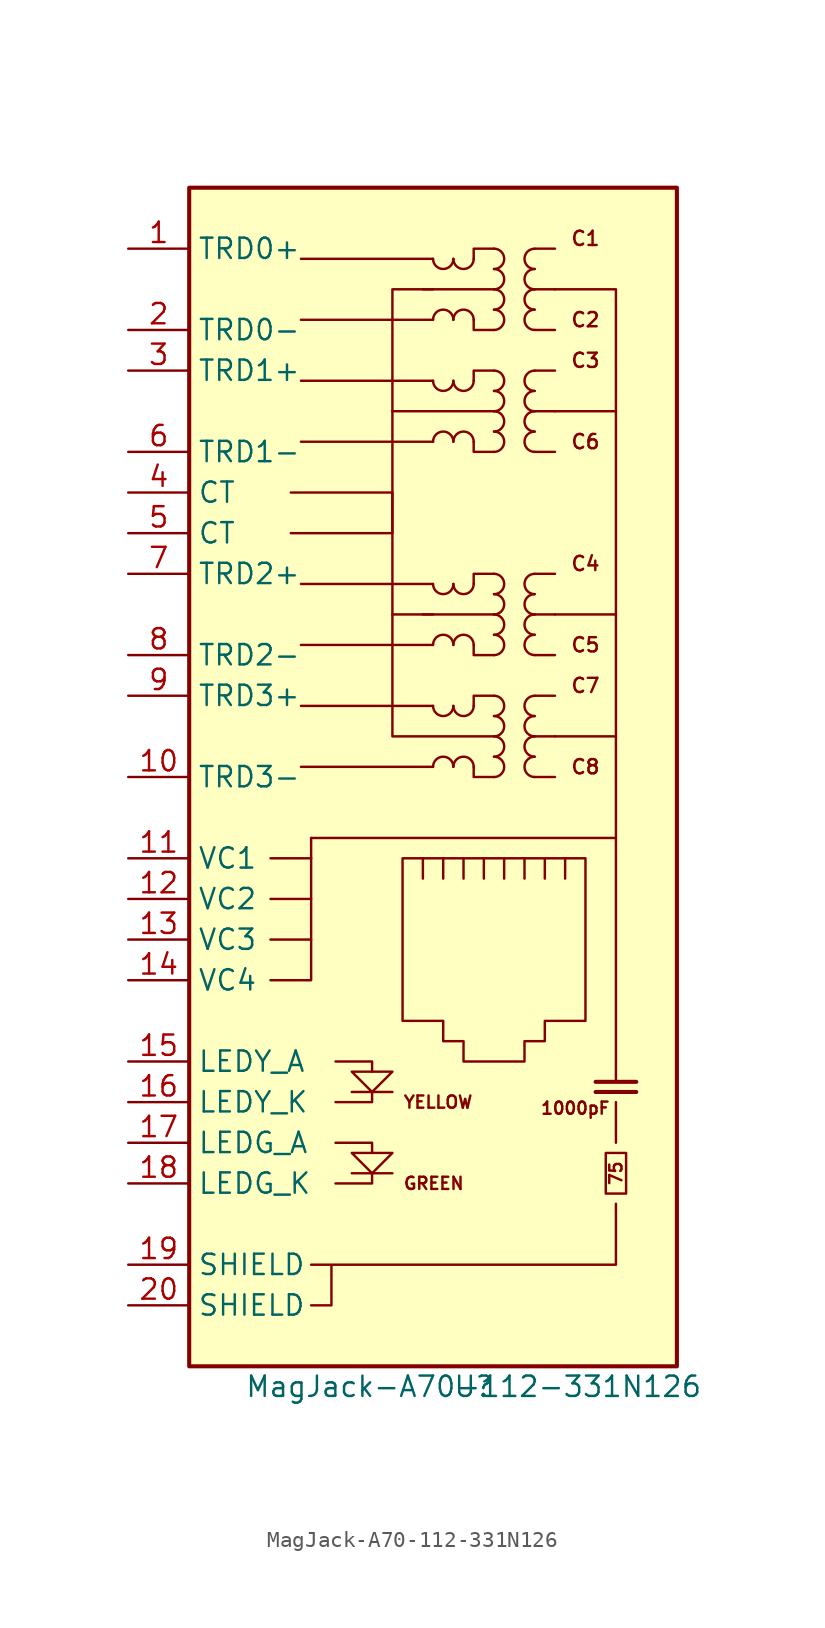
<source format=kicad_sym>
(kicad_symbol_lib
  (version 20241209)
  (generator "kicad_symbol_editor")
  (generator_version "9.0")
  (symbol "MagJack-A70-112-331N126"
    (property "Reference" "U"
      (at 0 0 0)
      (effects (font (size 1.27 1.27))))
    (property "Value" "MagJack-A70-112-331N126"
      (at 0 0 0)
      (effects (font (size 1.27 1.27))))
    (symbol "MagJack-A70-112-331N126_0_1"
      (polyline (pts (xy 1.27 60.96) (xy -5.08 60.96) (xy -5.08 68.58) (xy -2.54 68.58) (xy -5.08 68.58)) (stroke (width 0) (type default)) (fill (type none)))
      (polyline (pts (xy 1.27 40.64) (xy -5.08 40.64) (xy -5.08 48.26) (xy -2.54 48.26) (xy -5.08 48.26)) (stroke (width 0) (type default)) (fill (type none))))
    (symbol "MagJack-A70-112-331N126_1_1"
      (rectangle (start -17.78 1.27) (end 12.7 74.93) (stroke (width 0.254) (type default)) (fill (type background)))
      (polyline (pts (xy -12.7 33.02) (xy -10.16 33.02)) (stroke (width 0) (type default)) (fill (type none)))
      (polyline (pts (xy -12.7 30.48) (xy -10.16 30.48)) (stroke (width 0) (type default)) (fill (type none)))
      (polyline (pts (xy -12.7 27.94) (xy -10.16 27.94)) (stroke (width 0) (type default)) (fill (type none)))
      (polyline (pts (xy -11.43 53.34) (xy -5.08 53.34) (xy -5.08 55.88) (xy -11.43 55.88)) (stroke (width 0) (type default)) (fill (type none)))
      (polyline (pts (xy -10.16 34.29) (xy 8.89 34.29) (xy 8.89 68.58) (xy 5.08 68.58)) (stroke (width 0) (type default)) (fill (type none)))
      (polyline (pts (xy -10.16 33.02) (xy -10.16 34.29)) (stroke (width 0) (type default)) (fill (type none)))
      (polyline (pts (xy -10.16 33.02) (xy -10.16 25.4) (xy -12.7 25.4)) (stroke (width 0) (type default)) (fill (type none)))
      (polyline (pts (xy -10.16 5.08) (xy -8.89 5.08) (xy -8.89 7.62) (xy -10.16 7.62) (xy -8.89 7.62) (xy 8.89 7.62) (xy 8.89 11.43)) (stroke (width 0) (type default)) (fill (type none)))
      (polyline (pts (xy -8.636 20.32) (xy -6.35 20.32) (xy -6.35 19.685)) (stroke (width 0) (type default)) (fill (type none)))
      (polyline (pts (xy -8.636 15.24) (xy -6.35 15.24) (xy -6.35 14.605)) (stroke (width 0) (type default)) (fill (type none)))
      (polyline (pts (xy -8.636 12.7) (xy -6.35 12.7) (xy -6.35 13.335)) (stroke (width 0) (type default)) (fill (type none)))
      (polyline (pts (xy -7.62 19.685) (xy -5.08 19.685) (xy -6.35 18.415) (xy -7.62 19.685)) (stroke (width 0) (type default)) (fill (type none)))
      (polyline (pts (xy -6.35 18.415) (xy -6.35 17.78) (xy -8.636 17.78)) (stroke (width 0) (type default)) (fill (type none)))
      (polyline (pts (xy -5.08 48.26) (xy -5.08 60.96)) (stroke (width 0) (type default)) (fill (type none)))
      (polyline (pts (xy -5.08 18.415) (xy -7.62 18.415)) (stroke (width 0) (type default)) (fill (type none)))
      (polyline (pts (xy -5.08 14.605) (xy -7.62 14.605) (xy -6.35 13.335) (xy -5.08 14.605)) (stroke (width 0) (type default)) (fill (type none)))
      (polyline (pts (xy -5.08 13.335) (xy -7.62 13.335)) (stroke (width 0) (type default)) (fill (type none)))
      (polyline (pts (xy -4.445 33.02) (xy 6.985 33.02) (xy 6.985 22.86) (xy 4.445 22.86) (xy 4.445 21.59) (xy 3.175 21.59) (xy 3.175 20.32) (xy -0.635 20.32) (xy -0.635 21.59) (xy -1.905 21.59) (xy -1.905 22.86) (xy -4.445 22.86) (xy -4.445 33.02)) (stroke (width 0) (type default)) (fill (type none)))
      (polyline (pts (xy -3.175 68.58) (xy 1.27 68.58)) (stroke (width 0) (type default)) (fill (type none)))
      (polyline (pts (xy -3.175 48.26) (xy 1.27 48.26)) (stroke (width 0) (type default)) (fill (type none)))
      (polyline (pts (xy -3.175 31.75) (xy -3.175 33.02)) (stroke (width 0) (type default)) (fill (type none)))
      (polyline (pts (xy -2.54 70.485) (xy -10.795 70.485)) (stroke (width 0) (type default)) (fill (type none)))
      (polyline (pts (xy -2.54 66.675) (xy -10.795 66.675)) (stroke (width 0) (type default)) (fill (type none)))
      (polyline (pts (xy -2.54 62.865) (xy -10.795 62.865)) (stroke (width 0) (type default)) (fill (type none)))
      (polyline (pts (xy -2.54 59.055) (xy -10.795 59.055)) (stroke (width 0) (type default)) (fill (type none)))
      (polyline (pts (xy -2.54 50.165) (xy -10.795 50.165)) (stroke (width 0) (type default)) (fill (type none)))
      (polyline (pts (xy -2.54 46.355) (xy -10.795 46.355)) (stroke (width 0) (type default)) (fill (type none)))
      (polyline (pts (xy -2.54 42.545) (xy -10.795 42.545)) (stroke (width 0) (type default)) (fill (type none)))
      (polyline (pts (xy -2.54 38.735) (xy -10.795 38.735)) (stroke (width 0) (type default)) (fill (type none)))
      (arc (start -1.27 70.485) (mid -1.905 69.85) (end -2.54 70.485) (stroke (width 0) (type default)) (fill (type none)))
      (arc (start -2.54 66.675) (mid -1.905 67.31) (end -1.27 66.675) (stroke (width 0) (type default)) (fill (type none)))
      (arc (start -1.27 62.865) (mid -1.905 62.23) (end -2.54 62.865) (stroke (width 0) (type default)) (fill (type none)))
      (arc (start -2.54 59.055) (mid -1.905 59.69) (end -1.27 59.055) (stroke (width 0) (type default)) (fill (type none)))
      (arc (start -1.27 50.165) (mid -1.905 49.53) (end -2.54 50.165) (stroke (width 0) (type default)) (fill (type none)))
      (arc (start -2.54 46.355) (mid -1.905 46.99) (end -1.27 46.355) (stroke (width 0) (type default)) (fill (type none)))
      (arc (start -1.27 42.545) (mid -1.905 41.91) (end -2.54 42.545) (stroke (width 0) (type default)) (fill (type none)))
      (arc (start -2.54 38.735) (mid -1.905 39.37) (end -1.27 38.735) (stroke (width 0) (type default)) (fill (type none)))
      (polyline (pts (xy -1.905 33.02) (xy -1.905 31.75)) (stroke (width 0) (type default)) (fill (type none)))
      (arc (start 0 70.485) (mid -0.635 69.85) (end -1.27 70.485) (stroke (width 0) (type default)) (fill (type none)))
      (arc (start -1.27 66.675) (mid -0.635 67.31) (end 0 66.675) (stroke (width 0) (type default)) (fill (type none)))
      (arc (start 0 62.865) (mid -0.635 62.23) (end -1.27 62.865) (stroke (width 0) (type default)) (fill (type none)))
      (arc (start -1.27 59.055) (mid -0.635 59.69) (end 0 59.055) (stroke (width 0) (type default)) (fill (type none)))
      (arc (start 0 50.165) (mid -0.635 49.53) (end -1.27 50.165) (stroke (width 0) (type default)) (fill (type none)))
      (arc (start -1.27 46.355) (mid -0.635 46.99) (end 0 46.355) (stroke (width 0) (type default)) (fill (type none)))
      (arc (start 0 42.545) (mid -0.635 41.91) (end -1.27 42.545) (stroke (width 0) (type default)) (fill (type none)))
      (arc (start -1.27 38.735) (mid -0.635 39.37) (end 0 38.735) (stroke (width 0) (type default)) (fill (type none)))
      (polyline (pts (xy -0.635 33.02) (xy -0.635 31.75)) (stroke (width 0) (type default)) (fill (type none)))
      (polyline (pts (xy 0 66.675) (xy 0 66.04) (xy 1.27 66.04)) (stroke (width 0) (type default)) (fill (type none)))
      (polyline (pts (xy 0 59.055) (xy 0 58.42) (xy 1.27 58.42)) (stroke (width 0) (type default)) (fill (type none)))
      (polyline (pts (xy 0 46.355) (xy 0 45.72) (xy 1.27 45.72)) (stroke (width 0) (type default)) (fill (type none)))
      (polyline (pts (xy 0 38.735) (xy 0 38.1) (xy 1.27 38.1)) (stroke (width 0) (type default)) (fill (type none)))
      (polyline (pts (xy 0.635 33.02) (xy 0.635 31.75)) (stroke (width 0) (type default)) (fill (type none)))
      (polyline (pts (xy 1.27 71.12) (xy 0 71.12) (xy 0 70.485)) (stroke (width 0) (type default)) (fill (type none)))
      (arc (start 1.27 71.12) (mid 1.905 70.485) (end 1.27 69.85) (stroke (width 0) (type default)) (fill (type none)))
      (arc (start 1.27 69.85) (mid 1.905 69.215) (end 1.27 68.58) (stroke (width 0) (type default)) (fill (type none)))
      (arc (start 1.27 68.58) (mid 1.905 67.945) (end 1.27 67.31) (stroke (width 0) (type default)) (fill (type none)))
      (arc (start 1.27 67.31) (mid 1.905 66.675) (end 1.27 66.04) (stroke (width 0) (type default)) (fill (type none)))
      (polyline (pts (xy 1.27 63.5) (xy 0 63.5) (xy 0 62.865)) (stroke (width 0) (type default)) (fill (type none)))
      (arc (start 1.27 63.5) (mid 1.905 62.865) (end 1.27 62.23) (stroke (width 0) (type default)) (fill (type none)))
      (arc (start 1.27 62.23) (mid 1.905 61.595) (end 1.27 60.96) (stroke (width 0) (type default)) (fill (type none)))
      (arc (start 1.27 60.96) (mid 1.905 60.325) (end 1.27 59.69) (stroke (width 0) (type default)) (fill (type none)))
      (arc (start 1.27 59.69) (mid 1.905 59.055) (end 1.27 58.42) (stroke (width 0) (type default)) (fill (type none)))
      (polyline (pts (xy 1.27 50.8) (xy 0 50.8) (xy 0 50.165)) (stroke (width 0) (type default)) (fill (type none)))
      (arc (start 1.27 50.8) (mid 1.905 50.165) (end 1.27 49.53) (stroke (width 0) (type default)) (fill (type none)))
      (arc (start 1.27 49.53) (mid 1.905 48.895) (end 1.27 48.26) (stroke (width 0) (type default)) (fill (type none)))
      (arc (start 1.27 48.26) (mid 1.905 47.625) (end 1.27 46.99) (stroke (width 0) (type default)) (fill (type none)))
      (arc (start 1.27 46.99) (mid 1.905 46.355) (end 1.27 45.72) (stroke (width 0) (type default)) (fill (type none)))
      (polyline (pts (xy 1.27 43.18) (xy 0 43.18) (xy 0 42.545)) (stroke (width 0) (type default)) (fill (type none)))
      (arc (start 1.27 43.18) (mid 1.905 42.545) (end 1.27 41.91) (stroke (width 0) (type default)) (fill (type none)))
      (arc (start 1.27 41.91) (mid 1.905 41.275) (end 1.27 40.64) (stroke (width 0) (type default)) (fill (type none)))
      (arc (start 1.27 40.64) (mid 1.905 40.005) (end 1.27 39.37) (stroke (width 0) (type default)) (fill (type none)))
      (arc (start 1.27 39.37) (mid 1.905 38.735) (end 1.27 38.1) (stroke (width 0) (type default)) (fill (type none)))
      (polyline (pts (xy 1.905 33.02) (xy 1.905 31.75)) (stroke (width 0) (type default)) (fill (type none)))
      (polyline (pts (xy 3.175 33.02) (xy 3.175 31.75)) (stroke (width 0) (type default)) (fill (type none)))
      (polyline (pts (xy 3.81 71.12) (xy 5.08 71.12)) (stroke (width 0) (type default)) (fill (type none)))
      (arc (start 3.81 69.85) (mid 3.175 70.485) (end 3.81 71.12) (stroke (width 0) (type default)) (fill (type none)))
      (arc (start 3.81 68.58) (mid 3.175 69.215) (end 3.81 69.85) (stroke (width 0) (type default)) (fill (type none)))
      (polyline (pts (xy 3.81 68.58) (xy 5.08 68.58)) (stroke (width 0) (type default)) (fill (type none)))
      (arc (start 3.81 67.31) (mid 3.175 67.945) (end 3.81 68.58) (stroke (width 0) (type default)) (fill (type none)))
      (arc (start 3.81 66.04) (mid 3.175 66.675) (end 3.81 67.31) (stroke (width 0) (type default)) (fill (type none)))
      (polyline (pts (xy 3.81 66.04) (xy 5.08 66.04)) (stroke (width 0) (type default)) (fill (type none)))
      (polyline (pts (xy 3.81 63.5) (xy 5.08 63.5)) (stroke (width 0) (type default)) (fill (type none)))
      (arc (start 3.81 62.23) (mid 3.175 62.865) (end 3.81 63.5) (stroke (width 0) (type default)) (fill (type none)))
      (arc (start 3.81 60.96) (mid 3.175 61.595) (end 3.81 62.23) (stroke (width 0) (type default)) (fill (type none)))
      (polyline (pts (xy 3.81 60.96) (xy 5.08 60.96)) (stroke (width 0) (type default)) (fill (type none)))
      (arc (start 3.81 59.69) (mid 3.175 60.325) (end 3.81 60.96) (stroke (width 0) (type default)) (fill (type none)))
      (arc (start 3.81 58.42) (mid 3.175 59.055) (end 3.81 59.69) (stroke (width 0) (type default)) (fill (type none)))
      (polyline (pts (xy 3.81 58.42) (xy 5.08 58.42)) (stroke (width 0) (type default)) (fill (type none)))
      (polyline (pts (xy 3.81 50.8) (xy 5.08 50.8)) (stroke (width 0) (type default)) (fill (type none)))
      (arc (start 3.81 49.53) (mid 3.175 50.165) (end 3.81 50.8) (stroke (width 0) (type default)) (fill (type none)))
      (arc (start 3.81 48.26) (mid 3.175 48.895) (end 3.81 49.53) (stroke (width 0) (type default)) (fill (type none)))
      (polyline (pts (xy 3.81 48.26) (xy 5.08 48.26)) (stroke (width 0) (type default)) (fill (type none)))
      (arc (start 3.81 46.99) (mid 3.175 47.625) (end 3.81 48.26) (stroke (width 0) (type default)) (fill (type none)))
      (arc (start 3.81 45.72) (mid 3.175 46.355) (end 3.81 46.99) (stroke (width 0) (type default)) (fill (type none)))
      (polyline (pts (xy 3.81 45.72) (xy 5.08 45.72)) (stroke (width 0) (type default)) (fill (type none)))
      (polyline (pts (xy 3.81 43.18) (xy 5.08 43.18)) (stroke (width 0) (type default)) (fill (type none)))
      (arc (start 3.81 41.91) (mid 3.175 42.545) (end 3.81 43.18) (stroke (width 0) (type default)) (fill (type none)))
      (arc (start 3.81 40.64) (mid 3.175 41.275) (end 3.81 41.91) (stroke (width 0) (type default)) (fill (type none)))
      (polyline (pts (xy 3.81 40.64) (xy 5.08 40.64)) (stroke (width 0) (type default)) (fill (type none)))
      (arc (start 3.81 39.37) (mid 3.175 40.005) (end 3.81 40.64) (stroke (width 0) (type default)) (fill (type none)))
      (arc (start 3.81 38.1) (mid 3.175 38.735) (end 3.81 39.37) (stroke (width 0) (type default)) (fill (type none)))
      (polyline (pts (xy 3.81 38.1) (xy 5.08 38.1)) (stroke (width 0) (type default)) (fill (type none)))
      (polyline (pts (xy 4.445 31.75) (xy 4.445 33.02)) (stroke (width 0) (type default)) (fill (type none)))
      (polyline (pts (xy 5.08 60.96) (xy 8.89 60.96)) (stroke (width 0) (type default)) (fill (type none)))
      (polyline (pts (xy 5.08 48.26) (xy 8.89 48.26)) (stroke (width 0) (type default)) (fill (type none)))
      (polyline (pts (xy 5.08 40.64) (xy 8.89 40.64)) (stroke (width 0) (type default)) (fill (type none)))
      (polyline (pts (xy 5.715 31.75) (xy 5.715 33.02)) (stroke (width 0) (type default)) (fill (type none)))
      (polyline (pts (xy 7.62 19.05) (xy 10.16 19.05)) (stroke (width 0.254) (type default)) (fill (type none)))
      (polyline (pts (xy 7.62 18.415) (xy 10.16 18.415)) (stroke (width 0.254) (type default)) (fill (type none)))
      (polyline (pts (xy 8.89 19.05) (xy 8.89 34.29)) (stroke (width 0) (type default)) (fill (type none)))
      (polyline (pts (xy 8.89 15.24) (xy 8.89 17.78)) (stroke (width 0) (type default)) (fill (type none)))
      (rectangle (start 9.525 12.065) (end 8.255 14.605) (stroke (width 0) (type default)) (fill (type none)))
      (text "YELLOW" (at -4.445 17.78 0) (effects (font (size 0.762 0.762)) (justify left)))
      (text "GREEN" (at -4.445 12.7 0) (effects (font (size 0.762 0.762)) (justify left)))
      (text "1000pF" (at 6.35 17.399 0) (effects (font (size 0.762 0.762))))
      (text "C1" (at 6.985 71.755 0) (effects (font (size 0.889 0.889))))
      (text "C2" (at 6.985 66.675 0) (effects (font (size 0.889 0.889))))
      (text "C3" (at 6.985 64.135 0) (effects (font (size 0.889 0.889))))
      (text "C6" (at 6.985 59.055 0) (effects (font (size 0.889 0.889))))
      (text "C4" (at 6.985 51.435 0) (effects (font (size 0.889 0.889))))
      (text "C5" (at 6.985 46.355 0) (effects (font (size 0.889 0.889))))
      (text "C7" (at 6.985 43.815 0) (effects (font (size 0.889 0.889))))
      (text "C8" (at 6.985 38.735 0) (effects (font (size 0.889 0.889))))
      (text "75" (at 8.89 13.335 900) (effects (font (size 0.762 0.762))))
      (pin passive line (at -21.59 71.12 0) (length 3.81) (name "TRD0+" (effects (font (size 1.27 1.27)))) (number "1" (effects (font (size 1.27 1.27)))))
      (pin passive line (at -21.59 66.04 0) (length 3.81) (name "TRD0-" (effects (font (size 1.27 1.27)))) (number "2" (effects (font (size 1.27 1.27)))))
      (pin passive line (at -21.59 63.5 0) (length 3.81) (name "TRD1+" (effects (font (size 1.27 1.27)))) (number "3" (effects (font (size 1.27 1.27)))))
      (pin passive line (at -21.59 58.42 0) (length 3.81) (name "TRD1-" (effects (font (size 1.27 1.27)))) (number "6" (effects (font (size 1.27 1.27)))))
      (pin passive line (at -21.59 55.88 0) (length 3.81) (name "CT" (effects (font (size 1.27 1.27)))) (number "4" (effects (font (size 1.27 1.27)))))
      (pin passive line (at -21.59 53.34 0) (length 3.81) (name "CT" (effects (font (size 1.27 1.27)))) (number "5" (effects (font (size 1.27 1.27)))))
      (pin passive line (at -21.59 50.8 0) (length 3.81) (name "TRD2+" (effects (font (size 1.27 1.27)))) (number "7" (effects (font (size 1.27 1.27)))))
      (pin passive line (at -21.59 45.72 0) (length 3.81) (name "TRD2-" (effects (font (size 1.27 1.27)))) (number "8" (effects (font (size 1.27 1.27)))))
      (pin passive line (at -21.59 43.18 0) (length 3.81) (name "TRD3+" (effects (font (size 1.27 1.27)))) (number "9" (effects (font (size 1.27 1.27)))))
      (pin passive line (at -21.59 38.1 0) (length 3.81) (name "TRD3-" (effects (font (size 1.27 1.27)))) (number "10" (effects (font (size 1.27 1.27)))))
      (pin passive line (at -21.59 33.02 0) (length 3.81) (name "VC1" (effects (font (size 1.27 1.27)))) (number "11" (effects (font (size 1.27 1.27)))))
      (pin passive line (at -21.59 30.48 0) (length 3.81) (name "VC2" (effects (font (size 1.27 1.27)))) (number "12" (effects (font (size 1.27 1.27)))))
      (pin passive line (at -21.59 27.94 0) (length 3.81) (name "VC3" (effects (font (size 1.27 1.27)))) (number "13" (effects (font (size 1.27 1.27)))))
      (pin passive line (at -21.59 25.4 0) (length 3.81) (name "VC4" (effects (font (size 1.27 1.27)))) (number "14" (effects (font (size 1.27 1.27)))))
      (pin passive line (at -21.59 20.32 0) (length 3.81) (name "LEDY_A" (effects (font (size 1.27 1.27)))) (number "15" (effects (font (size 1.27 1.27)))))
      (pin passive line (at -21.59 17.78 0) (length 3.81) (name "LEDY_K" (effects (font (size 1.27 1.27)))) (number "16" (effects (font (size 1.27 1.27)))))
      (pin passive line (at -21.59 15.24 0) (length 3.81) (name "LEDG_A" (effects (font (size 1.27 1.27)))) (number "17" (effects (font (size 1.27 1.27)))))
      (pin passive line (at -21.59 12.7 0) (length 3.81) (name "LEDG_K" (effects (font (size 1.27 1.27)))) (number "18" (effects (font (size 1.27 1.27)))))
      (pin passive line (at -21.59 7.62 0) (length 3.81) (name "SHIELD" (effects (font (size 1.27 1.27)))) (number "19" (effects (font (size 1.27 1.27)))))
      (pin passive line (at -21.59 5.08 0) (length 3.81) (name "SHIELD" (effects (font (size 1.27 1.27)))) (number "20" (effects (font (size 1.27 1.27))))))))
</source>
